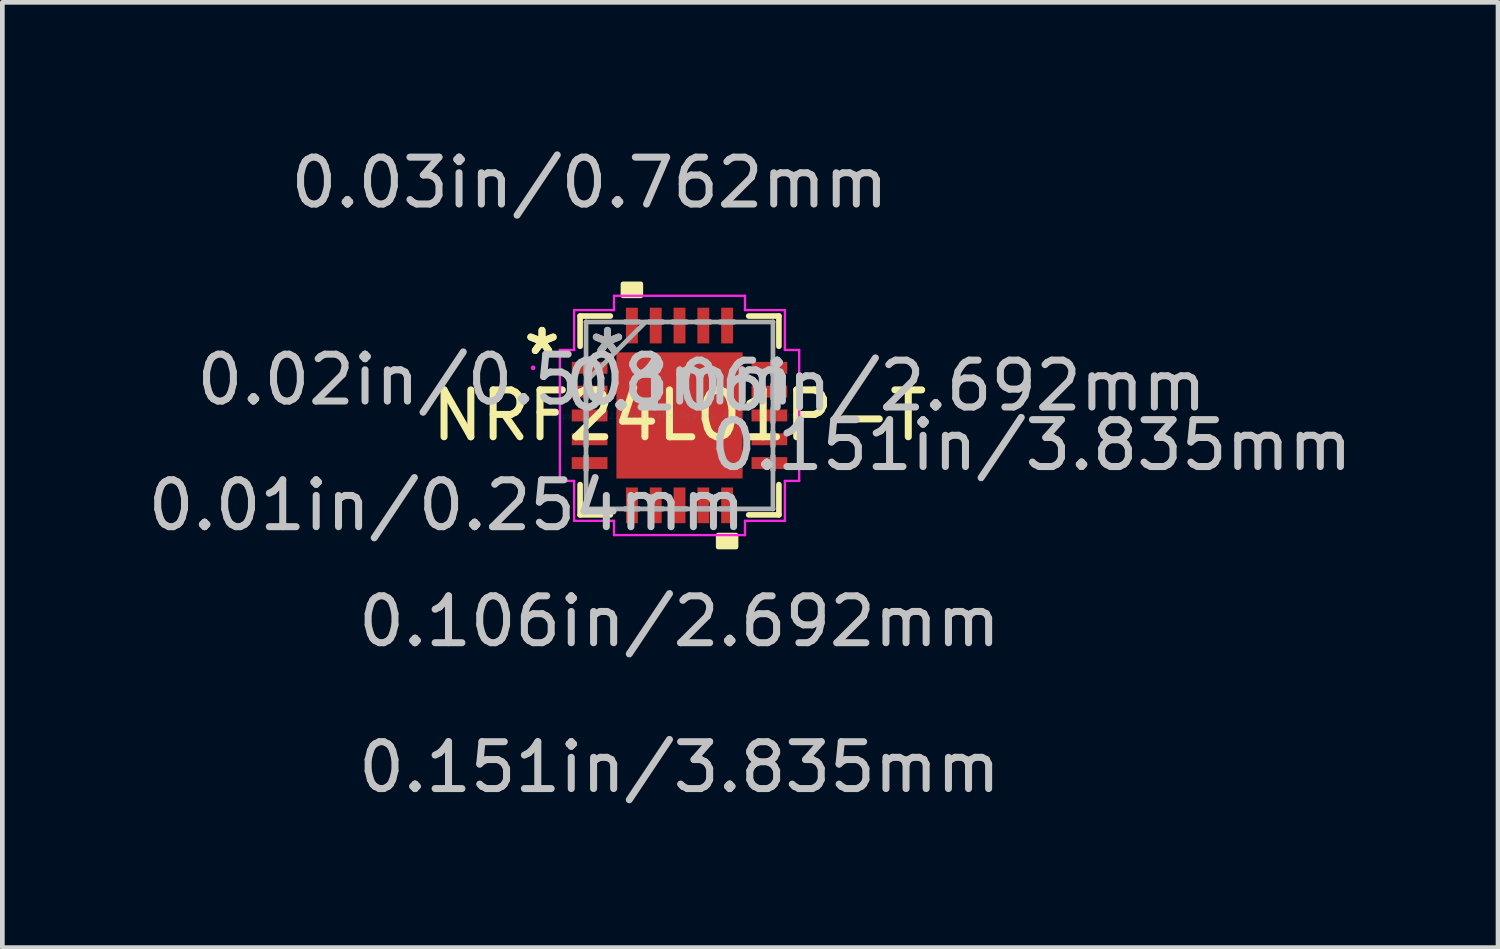
<source format=kicad_pcb>
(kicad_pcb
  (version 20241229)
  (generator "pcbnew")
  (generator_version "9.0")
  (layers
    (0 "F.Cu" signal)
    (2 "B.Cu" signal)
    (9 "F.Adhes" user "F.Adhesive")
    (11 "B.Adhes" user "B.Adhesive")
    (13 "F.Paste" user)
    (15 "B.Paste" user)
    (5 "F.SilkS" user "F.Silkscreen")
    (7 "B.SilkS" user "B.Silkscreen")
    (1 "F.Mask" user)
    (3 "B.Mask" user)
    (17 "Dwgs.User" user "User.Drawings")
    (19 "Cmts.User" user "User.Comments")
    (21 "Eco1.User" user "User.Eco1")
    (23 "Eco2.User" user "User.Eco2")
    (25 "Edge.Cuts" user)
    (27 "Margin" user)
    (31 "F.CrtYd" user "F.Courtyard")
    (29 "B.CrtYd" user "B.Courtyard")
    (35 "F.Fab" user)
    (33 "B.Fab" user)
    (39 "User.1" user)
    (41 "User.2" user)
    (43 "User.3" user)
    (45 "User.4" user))
  (footprint "NRF24L01P-T"
    (layer "F.Cu")
    (at 11.448 5.814)
    (property "Reference" "NRF24L01P-T" (at 0 0 0) (layer "F.SilkS") (effects (font (size 1 1) (thickness 0.15))))
    (attr through_hole)
    (fp_line (start -2.121 -2.121) (end -2.121 -1.476) (stroke (width 0.12) (type solid)) (layer "F.SilkS"))
    (fp_line (start -2.121 1.476) (end -2.121 2.121) (stroke (width 0.12) (type solid)) (layer "F.SilkS"))
    (fp_line (start -2.121 2.121) (end -1.476 2.121) (stroke (width 0.12) (type solid)) (layer "F.SilkS"))
    (fp_line (start -1.476 -2.121) (end -2.121 -2.121) (stroke (width 0.12) (type solid)) (layer "F.SilkS"))
    (fp_line (start 1.476 2.121) (end 2.121 2.121) (stroke (width 0.12) (type solid)) (layer "F.SilkS"))
    (fp_line (start 2.121 -2.121) (end 1.476 -2.121) (stroke (width 0.12) (type solid)) (layer "F.SilkS"))
    (fp_line (start 2.121 -1.476) (end 2.121 -2.121) (stroke (width 0.12) (type solid)) (layer "F.SilkS"))
    (fp_line (start 2.121 2.121) (end 2.121 1.476) (stroke (width 0.12) (type solid)) (layer "F.SilkS"))
    (fp_poly (pts (xy -1.206 -2.553) (xy -1.206 -2.807) (xy -0.826 -2.807) (xy -0.826 -2.553)) (stroke (width 0.1) (type solid)) (fill yes) (layer "F.SilkS"))
    (fp_poly (pts (xy 0.826 2.553) (xy 0.826 2.807) (xy 1.206 2.807) (xy 1.206 2.553)) (stroke (width 0.1) (type solid)) (fill yes) (layer "F.SilkS"))
    (fp_poly (pts (xy -1.246 -1.246) (xy -1.246 -0.1) (xy -0.1 -0.1) (xy -0.1 -1.246)) (stroke (width 0.1) (type solid)) (fill yes) (layer "F.Paste"))
    (fp_poly (pts (xy -1.246 0.1) (xy -1.246 1.246) (xy -0.1 1.246) (xy -0.1 0.1)) (stroke (width 0.1) (type solid)) (fill yes) (layer "F.Paste"))
    (fp_poly (pts (xy 0.1 -1.246) (xy 0.1 -0.1) (xy 1.246 -0.1) (xy 1.246 -1.246)) (stroke (width 0.1) (type solid)) (fill yes) (layer "F.Paste"))
    (fp_poly (pts (xy 0.1 0.1) (xy 0.1 1.246) (xy 1.246 1.246) (xy 1.246 0.1)) (stroke (width 0.1) (type solid)) (fill yes) (layer "F.Paste"))
    (fp_line (start -2.553 -1.397) (end -2.248 -1.397) (stroke (width 0.05) (type solid)) (layer "F.CrtYd"))
    (fp_line (start -2.553 1.397) (end -2.553 -1.397) (stroke (width 0.05) (type solid)) (layer "F.CrtYd"))
    (fp_line (start -2.248 -2.248) (end -1.397 -2.248) (stroke (width 0.05) (type solid)) (layer "F.CrtYd"))
    (fp_line (start -2.248 -1.397) (end -2.248 -2.248) (stroke (width 0.05) (type solid)) (layer "F.CrtYd"))
    (fp_line (start -2.248 1.397) (end -2.553 1.397) (stroke (width 0.05) (type solid)) (layer "F.CrtYd"))
    (fp_line (start -2.248 2.248) (end -2.248 1.397) (stroke (width 0.05) (type solid)) (layer "F.CrtYd"))
    (fp_line (start -1.397 -2.553) (end 1.397 -2.553) (stroke (width 0.05) (type solid)) (layer "F.CrtYd"))
    (fp_line (start -1.397 -2.248) (end -1.397 -2.553) (stroke (width 0.05) (type solid)) (layer "F.CrtYd"))
    (fp_line (start -1.397 2.248) (end -2.248 2.248) (stroke (width 0.05) (type solid)) (layer "F.CrtYd"))
    (fp_line (start -1.397 2.553) (end -1.397 2.248) (stroke (width 0.05) (type solid)) (layer "F.CrtYd"))
    (fp_line (start 1.397 -2.553) (end 1.397 -2.248) (stroke (width 0.05) (type solid)) (layer "F.CrtYd"))
    (fp_line (start 1.397 -2.248) (end 2.248 -2.248) (stroke (width 0.05) (type solid)) (layer "F.CrtYd"))
    (fp_line (start 1.397 2.248) (end 1.397 2.553) (stroke (width 0.05) (type solid)) (layer "F.CrtYd"))
    (fp_line (start 1.397 2.553) (end -1.397 2.553) (stroke (width 0.05) (type solid)) (layer "F.CrtYd"))
    (fp_line (start 2.248 -2.248) (end 2.248 -1.397) (stroke (width 0.05) (type solid)) (layer "F.CrtYd"))
    (fp_line (start 2.248 -1.397) (end 2.553 -1.397) (stroke (width 0.05) (type solid)) (layer "F.CrtYd"))
    (fp_line (start 2.248 1.397) (end 2.248 2.248) (stroke (width 0.05) (type solid)) (layer "F.CrtYd"))
    (fp_line (start 2.248 2.248) (end 1.397 2.248) (stroke (width 0.05) (type solid)) (layer "F.CrtYd"))
    (fp_line (start 2.553 -1.397) (end 2.553 1.397) (stroke (width 0.05) (type solid)) (layer "F.CrtYd"))
    (fp_line (start 2.553 1.397) (end 2.248 1.397) (stroke (width 0.05) (type solid)) (layer "F.CrtYd"))
    (fp_circle (center -3.124 -1.016) (end -3.124 -1.016) (stroke (width 0.05) (type solid)) (fill no) (layer "F.CrtYd"))
    (fp_line (start -1.994 -1.994) (end -1.994 -1.994) (stroke (width 0.1) (type solid)) (layer "F.Fab"))
    (fp_line (start -1.994 -1.994) (end -1.994 1.994) (stroke (width 0.1) (type solid)) (layer "F.Fab"))
    (fp_line (start -1.994 -1.168) (end -1.994 -1.168) (stroke (width 0.1) (type solid)) (layer "F.Fab"))
    (fp_line (start -1.994 -1.168) (end -1.994 -0.864) (stroke (width 0.1) (type solid)) (layer "F.Fab"))
    (fp_line (start -1.994 -0.864) (end -1.994 -1.168) (stroke (width 0.1) (type solid)) (layer "F.Fab"))
    (fp_line (start -1.994 -0.864) (end -1.994 -0.864) (stroke (width 0.1) (type solid)) (layer "F.Fab"))
    (fp_line (start -1.994 -0.724) (end -0.724 -1.994) (stroke (width 0.1) (type solid)) (layer "F.Fab"))
    (fp_line (start -1.994 -0.66) (end -1.994 -0.66) (stroke (width 0.1) (type solid)) (layer "F.Fab"))
    (fp_line (start -1.994 -0.66) (end -1.994 -0.356) (stroke (width 0.1) (type solid)) (layer "F.Fab"))
    (fp_line (start -1.994 -0.356) (end -1.994 -0.66) (stroke (width 0.1) (type solid)) (layer "F.Fab"))
    (fp_line (start -1.994 -0.356) (end -1.994 -0.356) (stroke (width 0.1) (type solid)) (layer "F.Fab"))
    (fp_line (start -1.994 -0.152) (end -1.994 -0.152) (stroke (width 0.1) (type solid)) (layer "F.Fab"))
    (fp_line (start -1.994 -0.152) (end -1.994 0.152) (stroke (width 0.1) (type solid)) (layer "F.Fab"))
    (fp_line (start -1.994 0.152) (end -1.994 -0.152) (stroke (width 0.1) (type solid)) (layer "F.Fab"))
    (fp_line (start -1.994 0.152) (end -1.994 0.152) (stroke (width 0.1) (type solid)) (layer "F.Fab"))
    (fp_line (start -1.994 0.356) (end -1.994 0.356) (stroke (width 0.1) (type solid)) (layer "F.Fab"))
    (fp_line (start -1.994 0.356) (end -1.994 0.66) (stroke (width 0.1) (type solid)) (layer "F.Fab"))
    (fp_line (start -1.994 0.66) (end -1.994 0.356) (stroke (width 0.1) (type solid)) (layer "F.Fab"))
    (fp_line (start -1.994 0.66) (end -1.994 0.66) (stroke (width 0.1) (type solid)) (layer "F.Fab"))
    (fp_line (start -1.994 0.864) (end -1.994 0.864) (stroke (width 0.1) (type solid)) (layer "F.Fab"))
    (fp_line (start -1.994 0.864) (end -1.994 1.168) (stroke (width 0.1) (type solid)) (layer "F.Fab"))
    (fp_line (start -1.994 1.168) (end -1.994 0.864) (stroke (width 0.1) (type solid)) (layer "F.Fab"))
    (fp_line (start -1.994 1.168) (end -1.994 1.168) (stroke (width 0.1) (type solid)) (layer "F.Fab"))
    (fp_line (start -1.994 1.994) (end -1.994 1.994) (stroke (width 0.1) (type solid)) (layer "F.Fab"))
    (fp_line (start -1.994 1.994) (end 1.994 1.994) (stroke (width 0.1) (type solid)) (layer "F.Fab"))
    (fp_line (start -1.168 -1.994) (end -1.168 -1.994) (stroke (width 0.1) (type solid)) (layer "F.Fab"))
    (fp_line (start -1.168 -1.994) (end -0.864 -1.994) (stroke (width 0.1) (type solid)) (layer "F.Fab"))
    (fp_line (start -1.168 1.994) (end -1.168 1.994) (stroke (width 0.1) (type solid)) (layer "F.Fab"))
    (fp_line (start -1.168 1.994) (end -0.864 1.994) (stroke (width 0.1) (type solid)) (layer "F.Fab"))
    (fp_line (start -0.864 -1.994) (end -1.168 -1.994) (stroke (width 0.1) (type solid)) (layer "F.Fab"))
    (fp_line (start -0.864 -1.994) (end -0.864 -1.994) (stroke (width 0.1) (type solid)) (layer "F.Fab"))
    (fp_line (start -0.864 1.994) (end -1.168 1.994) (stroke (width 0.1) (type solid)) (layer "F.Fab"))
    (fp_line (start -0.864 1.994) (end -0.864 1.994) (stroke (width 0.1) (type solid)) (layer "F.Fab"))
    (fp_line (start -0.66 -1.994) (end -0.66 -1.994) (stroke (width 0.1) (type solid)) (layer "F.Fab"))
    (fp_line (start -0.66 -1.994) (end -0.356 -1.994) (stroke (width 0.1) (type solid)) (layer "F.Fab"))
    (fp_line (start -0.66 1.994) (end -0.66 1.994) (stroke (width 0.1) (type solid)) (layer "F.Fab"))
    (fp_line (start -0.66 1.994) (end -0.356 1.994) (stroke (width 0.1) (type solid)) (layer "F.Fab"))
    (fp_line (start -0.356 -1.994) (end -0.66 -1.994) (stroke (width 0.1) (type solid)) (layer "F.Fab"))
    (fp_line (start -0.356 -1.994) (end -0.356 -1.994) (stroke (width 0.1) (type solid)) (layer "F.Fab"))
    (fp_line (start -0.356 1.994) (end -0.66 1.994) (stroke (width 0.1) (type solid)) (layer "F.Fab"))
    (fp_line (start -0.356 1.994) (end -0.356 1.994) (stroke (width 0.1) (type solid)) (layer "F.Fab"))
    (fp_line (start -0.152 -1.994) (end -0.152 -1.994) (stroke (width 0.1) (type solid)) (layer "F.Fab"))
    (fp_line (start -0.152 -1.994) (end 0.152 -1.994) (stroke (width 0.1) (type solid)) (layer "F.Fab"))
    (fp_line (start -0.152 1.994) (end -0.152 1.994) (stroke (width 0.1) (type solid)) (layer "F.Fab"))
    (fp_line (start -0.152 1.994) (end 0.152 1.994) (stroke (width 0.1) (type solid)) (layer "F.Fab"))
    (fp_line (start 0.152 -1.994) (end -0.152 -1.994) (stroke (width 0.1) (type solid)) (layer "F.Fab"))
    (fp_line (start 0.152 -1.994) (end 0.152 -1.994) (stroke (width 0.1) (type solid)) (layer "F.Fab"))
    (fp_line (start 0.152 1.994) (end -0.152 1.994) (stroke (width 0.1) (type solid)) (layer "F.Fab"))
    (fp_line (start 0.152 1.994) (end 0.152 1.994) (stroke (width 0.1) (type solid)) (layer "F.Fab"))
    (fp_line (start 0.356 -1.994) (end 0.356 -1.994) (stroke (width 0.1) (type solid)) (layer "F.Fab"))
    (fp_line (start 0.356 -1.994) (end 0.66 -1.994) (stroke (width 0.1) (type solid)) (layer "F.Fab"))
    (fp_line (start 0.356 1.994) (end 0.356 1.994) (stroke (width 0.1) (type solid)) (layer "F.Fab"))
    (fp_line (start 0.356 1.994) (end 0.66 1.994) (stroke (width 0.1) (type solid)) (layer "F.Fab"))
    (fp_line (start 0.66 -1.994) (end 0.356 -1.994) (stroke (width 0.1) (type solid)) (layer "F.Fab"))
    (fp_line (start 0.66 -1.994) (end 0.66 -1.994) (stroke (width 0.1) (type solid)) (layer "F.Fab"))
    (fp_line (start 0.66 1.994) (end 0.356 1.994) (stroke (width 0.1) (type solid)) (layer "F.Fab"))
    (fp_line (start 0.66 1.994) (end 0.66 1.994) (stroke (width 0.1) (type solid)) (layer "F.Fab"))
    (fp_line (start 0.864 -1.994) (end 0.864 -1.994) (stroke (width 0.1) (type solid)) (layer "F.Fab"))
    (fp_line (start 0.864 -1.994) (end 1.168 -1.994) (stroke (width 0.1) (type solid)) (layer "F.Fab"))
    (fp_line (start 0.864 1.994) (end 0.864 1.994) (stroke (width 0.1) (type solid)) (layer "F.Fab"))
    (fp_line (start 0.864 1.994) (end 1.168 1.994) (stroke (width 0.1) (type solid)) (layer "F.Fab"))
    (fp_line (start 1.168 -1.994) (end 0.864 -1.994) (stroke (width 0.1) (type solid)) (layer "F.Fab"))
    (fp_line (start 1.168 -1.994) (end 1.168 -1.994) (stroke (width 0.1) (type solid)) (layer "F.Fab"))
    (fp_line (start 1.168 1.994) (end 0.864 1.994) (stroke (width 0.1) (type solid)) (layer "F.Fab"))
    (fp_line (start 1.168 1.994) (end 1.168 1.994) (stroke (width 0.1) (type solid)) (layer "F.Fab"))
    (fp_line (start 1.994 -1.994) (end -1.994 -1.994) (stroke (width 0.1) (type solid)) (layer "F.Fab"))
    (fp_line (start 1.994 -1.994) (end 1.994 -1.994) (stroke (width 0.1) (type solid)) (layer "F.Fab"))
    (fp_line (start 1.994 -1.168) (end 1.994 -1.168) (stroke (width 0.1) (type solid)) (layer "F.Fab"))
    (fp_line (start 1.994 -1.168) (end 1.994 -0.864) (stroke (width 0.1) (type solid)) (layer "F.Fab"))
    (fp_line (start 1.994 -0.864) (end 1.994 -1.168) (stroke (width 0.1) (type solid)) (layer "F.Fab"))
    (fp_line (start 1.994 -0.864) (end 1.994 -0.864) (stroke (width 0.1) (type solid)) (layer "F.Fab"))
    (fp_line (start 1.994 -0.66) (end 1.994 -0.66) (stroke (width 0.1) (type solid)) (layer "F.Fab"))
    (fp_line (start 1.994 -0.66) (end 1.994 -0.356) (stroke (width 0.1) (type solid)) (layer "F.Fab"))
    (fp_line (start 1.994 -0.356) (end 1.994 -0.66) (stroke (width 0.1) (type solid)) (layer "F.Fab"))
    (fp_line (start 1.994 -0.356) (end 1.994 -0.356) (stroke (width 0.1) (type solid)) (layer "F.Fab"))
    (fp_line (start 1.994 -0.152) (end 1.994 -0.152) (stroke (width 0.1) (type solid)) (layer "F.Fab"))
    (fp_line (start 1.994 -0.152) (end 1.994 0.152) (stroke (width 0.1) (type solid)) (layer "F.Fab"))
    (fp_line (start 1.994 0.152) (end 1.994 -0.152) (stroke (width 0.1) (type solid)) (layer "F.Fab"))
    (fp_line (start 1.994 0.152) (end 1.994 0.152) (stroke (width 0.1) (type solid)) (layer "F.Fab"))
    (fp_line (start 1.994 0.356) (end 1.994 0.356) (stroke (width 0.1) (type solid)) (layer "F.Fab"))
    (fp_line (start 1.994 0.356) (end 1.994 0.66) (stroke (width 0.1) (type solid)) (layer "F.Fab"))
    (fp_line (start 1.994 0.66) (end 1.994 0.356) (stroke (width 0.1) (type solid)) (layer "F.Fab"))
    (fp_line (start 1.994 0.66) (end 1.994 0.66) (stroke (width 0.1) (type solid)) (layer "F.Fab"))
    (fp_line (start 1.994 0.864) (end 1.994 0.864) (stroke (width 0.1) (type solid)) (layer "F.Fab"))
    (fp_line (start 1.994 0.864) (end 1.994 1.168) (stroke (width 0.1) (type solid)) (layer "F.Fab"))
    (fp_line (start 1.994 1.168) (end 1.994 0.864) (stroke (width 0.1) (type solid)) (layer "F.Fab"))
    (fp_line (start 1.994 1.168) (end 1.994 1.168) (stroke (width 0.1) (type solid)) (layer "F.Fab"))
    (fp_line (start 1.994 1.994) (end 1.994 -1.994) (stroke (width 0.1) (type solid)) (layer "F.Fab"))
    (fp_line (start 1.994 1.994) (end 1.994 1.994) (stroke (width 0.1) (type solid)) (layer "F.Fab"))
    (fp_text user "*" (at -2.934 -1.27 0) (layer "F.SilkS") (effects (font (size 1 1) (thickness 0.15))))
    (fp_text user "*" (at -2.934 -1.27 0) (layer "F.SilkS") (effects (font (size 1 1) (thickness 0.15))))
    (fp_text user "0.106in/2.692mm" (at 0 4.394 0) (layer "Dwgs.User") (effects (font (size 1 1) (thickness 0.15))))
    (fp_text user "0.03in/0.762mm" (at -1.918 -4.966 0) (layer "Dwgs.User") (effects (font (size 1 1) (thickness 0.15))))
    (fp_text user "0.02in/0.508mm" (at -3.924 -0.762 0) (layer "Dwgs.User") (effects (font (size 1 1) (thickness 0.15))))
    (fp_text user "0.151in/3.835mm" (at 7.506 0.635 0) (layer "Dwgs.User") (effects (font (size 1 1) (thickness 0.15))))
    (fp_text user "0.106in/2.692mm" (at 4.394 -0.635 0) (layer "Dwgs.User") (effects (font (size 1 1) (thickness 0.15))))
    (fp_text user "0.151in/3.835mm" (at 0 7.506 0) (layer "Dwgs.User") (effects (font (size 1 1) (thickness 0.15))))
    (fp_text user "0.01in/0.254mm" (at -4.966 1.918 0) (layer "Dwgs.User") (effects (font (size 1 1) (thickness 0.15))))
    (fp_text user "Copyright 2021 Accelerated Designs. All rights reserved." (at 0 0 0) (layer "Cmts.User") (effects (font (size 0.127 0.127) (thickness 0.002))))
    (fp_text user "*" (at -1.537 -1.27 0) (layer "F.Fab") (effects (font (size 1 1) (thickness 0.15))))
    (fp_text user "*" (at -1.537 -1.27 0) (layer "F.Fab") (effects (font (size 1 1) (thickness 0.15))))
    (pad "1" smd rect (at -1.918 -1.016 90) (size 0.254 0.762) (layers "F.Cu" "F.Mask" "F.Paste"))
    (pad "2" smd rect (at -1.918 -0.508 90) (size 0.254 0.762) (layers "F.Cu" "F.Mask" "F.Paste"))
    (pad "3" smd rect (at -1.918 0 90) (size 0.254 0.762) (layers "F.Cu" "F.Mask" "F.Paste"))
    (pad "4" smd rect (at -1.918 0.508 90) (size 0.254 0.762) (layers "F.Cu" "F.Mask" "F.Paste"))
    (pad "5" smd rect (at -1.918 1.016 90) (size 0.254 0.762) (layers "F.Cu" "F.Mask" "F.Paste"))
    (pad "6" smd rect (at -1.016 1.918) (size 0.254 0.762) (layers "F.Cu" "F.Mask" "F.Paste"))
    (pad "7" smd rect (at -0.508 1.918) (size 0.254 0.762) (layers "F.Cu" "F.Mask" "F.Paste"))
    (pad "8" smd rect (at 0 1.918) (size 0.254 0.762) (layers "F.Cu" "F.Mask" "F.Paste"))
    (pad "9" smd rect (at 0.508 1.918) (size 0.254 0.762) (layers "F.Cu" "F.Mask" "F.Paste"))
    (pad "10" smd rect (at 1.016 1.918) (size 0.254 0.762) (layers "F.Cu" "F.Mask" "F.Paste"))
    (pad "11" smd rect (at 1.918 1.016 90) (size 0.254 0.762) (layers "F.Cu" "F.Mask" "F.Paste"))
    (pad "12" smd rect (at 1.918 0.508 90) (size 0.254 0.762) (layers "F.Cu" "F.Mask" "F.Paste"))
    (pad "13" smd rect (at 1.918 0 90) (size 0.254 0.762) (layers "F.Cu" "F.Mask" "F.Paste"))
    (pad "14" smd rect (at 1.918 -0.508 90) (size 0.254 0.762) (layers "F.Cu" "F.Mask" "F.Paste"))
    (pad "15" smd rect (at 1.918 -1.016 90) (size 0.254 0.762) (layers "F.Cu" "F.Mask" "F.Paste"))
    (pad "16" smd rect (at 1.016 -1.918) (size 0.254 0.762) (layers "F.Cu" "F.Mask" "F.Paste"))
    (pad "17" smd rect (at 0.508 -1.918) (size 0.254 0.762) (layers "F.Cu" "F.Mask" "F.Paste"))
    (pad "18" smd rect (at 0 -1.918) (size 0.254 0.762) (layers "F.Cu" "F.Mask" "F.Paste"))
    (pad "19" smd rect (at -0.508 -1.918) (size 0.254 0.762) (layers "F.Cu" "F.Mask" "F.Paste"))
    (pad "20" smd rect (at -1.016 -1.918) (size 0.254 0.762) (layers "F.Cu" "F.Mask" "F.Paste"))
    (pad "21" smd rect (at 0 0) (size 2.692 2.692) (layers "F.Cu" "F.Mask" "F.Paste")))
  (gr_rect
    (start -3 -3)
    (end 28.912 17.168)
    (stroke (width 0.1) (type default))
    (fill no)
    (layer "Edge.Cuts")))
</source>
